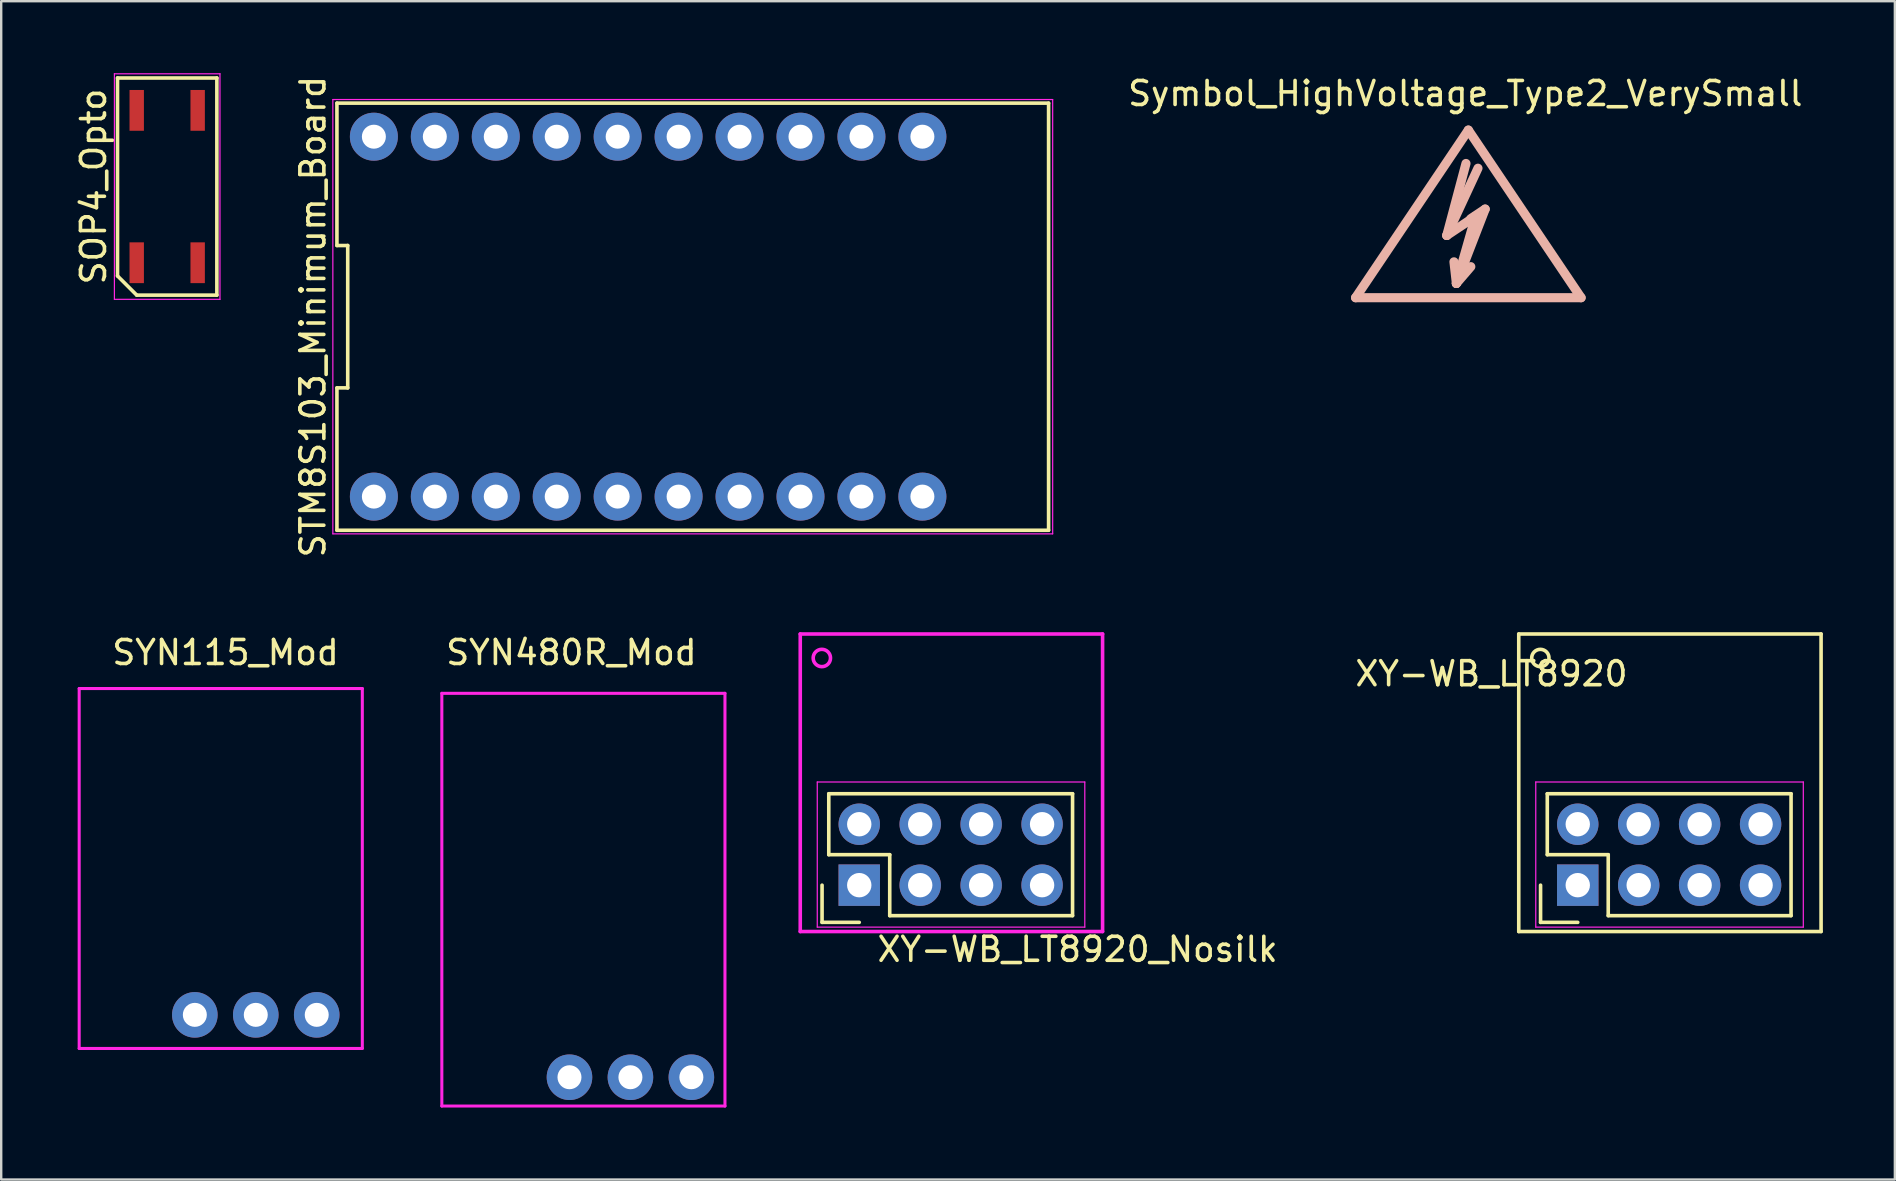
<source format=kicad_pcb>
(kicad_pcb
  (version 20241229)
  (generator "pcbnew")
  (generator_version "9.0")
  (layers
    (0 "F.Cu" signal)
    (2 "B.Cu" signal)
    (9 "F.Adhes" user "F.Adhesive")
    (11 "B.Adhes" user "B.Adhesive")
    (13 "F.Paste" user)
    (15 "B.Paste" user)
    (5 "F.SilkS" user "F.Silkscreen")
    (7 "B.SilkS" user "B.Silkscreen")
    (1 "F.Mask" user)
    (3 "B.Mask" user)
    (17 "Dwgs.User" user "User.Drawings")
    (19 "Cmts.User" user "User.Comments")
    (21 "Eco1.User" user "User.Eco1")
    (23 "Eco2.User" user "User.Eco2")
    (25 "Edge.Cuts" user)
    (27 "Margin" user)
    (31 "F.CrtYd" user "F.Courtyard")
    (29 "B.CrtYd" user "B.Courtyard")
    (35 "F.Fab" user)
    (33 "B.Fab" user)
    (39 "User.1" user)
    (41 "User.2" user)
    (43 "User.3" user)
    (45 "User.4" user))
  (footprint "Symbol_HighVoltage_Type2_VerySmall"
    (layer "F.Cu")
    (at 58.146 6.563)
    (property "Reference" "Symbol_HighVoltage_Type2_VerySmall" (at -0.127 -5.715 0) (layer "F.SilkS") (effects (font (size 1 1) (thickness 0.15))))
    (attr exclude_from_pos_files exclude_from_bom)
    (fp_line (start -4.699 2.794) (end 0 -4.191) (stroke (width 0.381) (type solid)) (layer "B.SilkS"))
    (fp_line (start -0.899 0.201) (end 0.3 -0.599) (stroke (width 0.381) (type solid)) (layer "B.SilkS"))
    (fp_line (start -0.899 0.201) (end 0.401 -2.601) (stroke (width 0.381) (type solid)) (layer "B.SilkS"))
    (fp_line (start -0.498 2.2) (end -0.599 1.3) (stroke (width 0.381) (type solid)) (layer "B.SilkS"))
    (fp_line (start -0.498 2.2) (end 0.102 1.501) (stroke (width 0.381) (type solid)) (layer "B.SilkS"))
    (fp_line (start -0.498 2.2) (end 0.701 -0.899) (stroke (width 0.381) (type solid)) (layer "B.SilkS"))
    (fp_line (start -0.099 -2.799) (end -0.899 0.201) (stroke (width 0.381) (type solid)) (layer "B.SilkS"))
    (fp_line (start 0 -4.191) (end 4.699 2.794) (stroke (width 0.381) (type solid)) (layer "B.SilkS"))
    (fp_line (start 0.3 -0.599) (end -0.498 2.2) (stroke (width 0.381) (type solid)) (layer "B.SilkS"))
    (fp_line (start 0.701 -0.899) (end 0.102 -0.5) (stroke (width 0.381) (type solid)) (layer "B.SilkS"))
    (fp_line (start 4.699 2.794) (end -4.699 2.794) (stroke (width 0.381) (type solid)) (layer "B.SilkS")))
  (footprint "XY-WB_LT8920_Nosilk"
    (layer "F.Cu")
    (at 36.602 33.773)
    (property "Reference" "XY-WB_LT8920_Nosilk" (at 5.258 2.743 0) (layer "F.SilkS") (effects (font (size 1 1) (thickness 0.15))))
    (attr through_hole)
    (fp_line (start -5.391 0.068) (end -5.391 1.618) (stroke (width 0.15) (type solid)) (layer "F.SilkS"))
    (fp_line (start -5.391 1.618) (end -3.841 1.618) (stroke (width 0.15) (type solid)) (layer "F.SilkS"))
    (fp_line (start -5.111 -3.742) (end -5.111 -1.202) (stroke (width 0.15) (type solid)) (layer "F.SilkS"))
    (fp_line (start -5.111 -1.202) (end -2.571 -1.202) (stroke (width 0.15) (type solid)) (layer "F.SilkS"))
    (fp_line (start -2.571 -1.202) (end -2.571 1.338) (stroke (width 0.15) (type solid)) (layer "F.SilkS"))
    (fp_line (start -2.571 1.338) (end 5.049 1.338) (stroke (width 0.15) (type solid)) (layer "F.SilkS"))
    (fp_line (start 5.049 -3.742) (end -5.111 -3.742) (stroke (width 0.15) (type solid)) (layer "F.SilkS"))
    (fp_line (start 5.049 1.338) (end 5.049 -3.742) (stroke (width 0.15) (type solid)) (layer "F.SilkS"))
    (fp_line (start -6.3 -10.4) (end 6.3 -10.4) (stroke (width 0.15) (type solid)) (layer "F.CrtYd"))
    (fp_line (start -6.3 2) (end -6.3 -10.4) (stroke (width 0.15) (type solid)) (layer "F.CrtYd"))
    (fp_line (start -5.591 -4.232) (end 5.559 -4.232) (stroke (width 0.05) (type solid)) (layer "F.CrtYd"))
    (fp_line (start -5.591 1.818) (end -5.591 -4.232) (stroke (width 0.05) (type solid)) (layer "F.CrtYd"))
    (fp_line (start -5.591 1.818) (end 5.559 1.818) (stroke (width 0.05) (type solid)) (layer "F.CrtYd"))
    (fp_line (start 5.559 1.818) (end 5.559 -4.232) (stroke (width 0.05) (type solid)) (layer "F.CrtYd"))
    (fp_line (start 6.3 2) (end -6.3 2) (stroke (width 0.15) (type solid)) (layer "F.CrtYd"))
    (fp_line (start 6.3 2) (end 6.3 -10.4) (stroke (width 0.15) (type solid)) (layer "F.CrtYd"))
    (fp_circle (center -5.4 -9.4) (end -5.039 -9.4) (stroke (width 0.15) (type solid)) (fill no) (layer "F.CrtYd"))
    (pad "1" thru_hole rect (at -3.841 0.068 90) (size 1.727 1.727) (drill 1.016) (layers "*.Cu" "*.Mask"))
    (pad "2" thru_hole oval (at -1.301 0.068 90) (size 1.727 1.727) (drill 1.016) (layers "*.Cu" "*.Mask"))
    (pad "3" thru_hole oval (at 1.239 0.068 90) (size 1.727 1.727) (drill 1.016) (layers "*.Cu" "*.Mask"))
    (pad "4" thru_hole oval (at 3.779 0.068 90) (size 1.727 1.727) (drill 1.016) (layers "*.Cu" "*.Mask"))
    (pad "5" thru_hole oval (at 3.779 -2.472 90) (size 1.727 1.727) (drill 1.016) (layers "*.Cu" "*.Mask"))
    (pad "6" thru_hole oval (at 1.239 -2.472 90) (size 1.727 1.727) (drill 1.016) (layers "*.Cu" "*.Mask"))
    (pad "7" thru_hole oval (at -1.301 -2.472 90) (size 1.727 1.727) (drill 1.016) (layers "*.Cu" "*.Mask"))
    (pad "8" thru_hole oval (at -3.841 -2.472 90) (size 1.727 1.727) (drill 1.016) (layers "*.Cu" "*.Mask")))
  (footprint "SYN480R_Mod"
    (layer "F.Cu")
    (at 15.364 25.846)
    (property "Reference" "SYN480R_Mod" (at 5.4 -1.7 0) (layer "F.SilkS") (effects (font (size 1 1) (thickness 0.15))))
    (attr through_hole)
    (fp_line (start 0 0) (end 0 17.2) (stroke (width 0.127) (type solid)) (layer "F.CrtYd"))
    (fp_line (start 0 0) (end 11.8 0) (stroke (width 0.127) (type solid)) (layer "F.CrtYd"))
    (fp_line (start 0 17.2) (end 11.8 17.2) (stroke (width 0.127) (type solid)) (layer "F.CrtYd"))
    (fp_line (start 11.8 0) (end 11.8 17.2) (stroke (width 0.127) (type solid)) (layer "F.CrtYd"))
    (pad "1" thru_hole circle (at 10.4 16) (size 1.9 1.9) (drill 1) (layers "*.Cu" "*.Mask"))
    (pad "2" thru_hole circle (at 7.86 16) (size 1.9 1.9) (drill 1) (layers "*.Cu" "*.Mask"))
    (pad "3" thru_hole circle (at 5.32 16) (size 1.9 1.9) (drill 1) (layers "*.Cu" "*.Mask")))
  (footprint "SYN115_Mod"
    (layer "F.Cu")
    (at 0.25 25.646)
    (property "Reference" "SYN115_Mod" (at 6.1 -1.5 0) (layer "F.SilkS") (effects (font (size 1 1) (thickness 0.15))))
    (attr through_hole)
    (fp_line (start 0 0) (end 0 15) (stroke (width 0.127) (type solid)) (layer "F.CrtYd"))
    (fp_line (start 0 0) (end 11.8 0) (stroke (width 0.127) (type solid)) (layer "F.CrtYd"))
    (fp_line (start 0 15) (end 11.8 15) (stroke (width 0.127) (type solid)) (layer "F.CrtYd"))
    (fp_line (start 11.8 0) (end 11.8 15) (stroke (width 0.127) (type solid)) (layer "F.CrtYd"))
    (pad "1" thru_hole circle (at 9.9 13.6) (size 1.9 1.9) (drill 1) (layers "*.Cu" "*.Mask"))
    (pad "2" thru_hole circle (at 7.36 13.6) (size 1.9 1.9) (drill 1) (layers "*.Cu" "*.Mask"))
    (pad "3" thru_hole circle (at 4.82 13.6) (size 1.9 1.9) (drill 1) (layers "*.Cu" "*.Mask")))
  (footprint "XY-WB_LT8920"
    (layer "F.Cu")
    (at 66.547 33.773)
    (property "Reference" "XY-WB_LT8920" (at -7.437 -8.743 0) (layer "F.SilkS") (effects (font (size 1 1) (thickness 0.15))))
    (attr through_hole)
    (fp_line (start -6.3 -10.4) (end 6.3 -10.4) (stroke (width 0.15) (type solid)) (layer "F.SilkS"))
    (fp_line (start -6.3 2) (end -6.3 -10.4) (stroke (width 0.15) (type solid)) (layer "F.SilkS"))
    (fp_line (start -5.391 0.068) (end -5.391 1.618) (stroke (width 0.15) (type solid)) (layer "F.SilkS"))
    (fp_line (start -5.391 1.618) (end -3.841 1.618) (stroke (width 0.15) (type solid)) (layer "F.SilkS"))
    (fp_line (start -5.111 -3.742) (end -5.111 -1.202) (stroke (width 0.15) (type solid)) (layer "F.SilkS"))
    (fp_line (start -5.111 -1.202) (end -2.571 -1.202) (stroke (width 0.15) (type solid)) (layer "F.SilkS"))
    (fp_line (start -2.571 -1.202) (end -2.571 1.338) (stroke (width 0.15) (type solid)) (layer "F.SilkS"))
    (fp_line (start -2.571 1.338) (end 5.049 1.338) (stroke (width 0.15) (type solid)) (layer "F.SilkS"))
    (fp_line (start 5.049 -3.742) (end -5.111 -3.742) (stroke (width 0.15) (type solid)) (layer "F.SilkS"))
    (fp_line (start 5.049 1.338) (end 5.049 -3.742) (stroke (width 0.15) (type solid)) (layer "F.SilkS"))
    (fp_line (start 6.3 2) (end -6.3 2) (stroke (width 0.15) (type solid)) (layer "F.SilkS"))
    (fp_line (start 6.3 2) (end 6.3 -10.4) (stroke (width 0.15) (type solid)) (layer "F.SilkS"))
    (fp_circle (center -5.4 -9.4) (end -5.1 -9.2) (stroke (width 0.15) (type solid)) (fill no) (layer "F.SilkS"))
    (fp_line (start -5.591 -4.232) (end 5.559 -4.232) (stroke (width 0.05) (type solid)) (layer "F.CrtYd"))
    (fp_line (start -5.591 1.818) (end -5.591 -4.232) (stroke (width 0.05) (type solid)) (layer "F.CrtYd"))
    (fp_line (start -5.591 1.818) (end 5.559 1.818) (stroke (width 0.05) (type solid)) (layer "F.CrtYd"))
    (fp_line (start 5.559 1.818) (end 5.559 -4.232) (stroke (width 0.05) (type solid)) (layer "F.CrtYd"))
    (pad "1" thru_hole rect (at -3.841 0.068 90) (size 1.727 1.727) (drill 1.016) (layers "*.Cu" "*.Mask"))
    (pad "2" thru_hole oval (at -1.301 0.068 90) (size 1.727 1.727) (drill 1.016) (layers "*.Cu" "*.Mask"))
    (pad "3" thru_hole oval (at 1.239 0.068 90) (size 1.727 1.727) (drill 1.016) (layers "*.Cu" "*.Mask"))
    (pad "4" thru_hole oval (at 3.779 0.068 90) (size 1.727 1.727) (drill 1.016) (layers "*.Cu" "*.Mask"))
    (pad "5" thru_hole oval (at 3.779 -2.472 90) (size 1.727 1.727) (drill 1.016) (layers "*.Cu" "*.Mask"))
    (pad "6" thru_hole oval (at 1.239 -2.472 90) (size 1.727 1.727) (drill 1.016) (layers "*.Cu" "*.Mask"))
    (pad "7" thru_hole oval (at -1.301 -2.472 90) (size 1.727 1.727) (drill 1.016) (layers "*.Cu" "*.Mask"))
    (pad "8" thru_hole oval (at -3.841 -2.472 90) (size 1.727 1.727) (drill 1.016) (layers "*.Cu" "*.Mask")))
  (footprint "STM8S103_Minimum_Board"
    (layer "F.Cu")
    (at 23.822 10.149)
    (property "Reference" "STM8S103_Minimum_Board" (at -13.83 0 90) (layer "F.SilkS") (effects (font (size 1 1) (thickness 0.15))))
    (attr through_hole)
    (fp_line (start -12.83 -8.9) (end -12.83 -2.967) (stroke (width 0.15) (type solid)) (layer "F.SilkS"))
    (fp_line (start -12.83 -2.967) (end -12.38 -2.967) (stroke (width 0.15) (type solid)) (layer "F.SilkS"))
    (fp_line (start -12.83 2.967) (end -12.83 8.9) (stroke (width 0.15) (type solid)) (layer "F.SilkS"))
    (fp_line (start -12.83 8.9) (end 16.83 8.9) (stroke (width 0.15) (type solid)) (layer "F.SilkS"))
    (fp_line (start -12.38 -2.967) (end -12.38 2.967) (stroke (width 0.15) (type solid)) (layer "F.SilkS"))
    (fp_line (start -12.38 2.967) (end -12.83 2.967) (stroke (width 0.15) (type solid)) (layer "F.SilkS"))
    (fp_line (start 16.83 -8.9) (end -12.83 -8.9) (stroke (width 0.15) (type solid)) (layer "F.SilkS"))
    (fp_line (start 16.83 8.9) (end 16.83 -8.9) (stroke (width 0.15) (type solid)) (layer "F.SilkS"))
    (fp_line (start -13 -9.05) (end 17 -9.05) (stroke (width 0.05) (type solid)) (layer "F.CrtYd"))
    (fp_line (start -13 9.05) (end -13 -9.05) (stroke (width 0.05) (type solid)) (layer "F.CrtYd"))
    (fp_line (start 17 -9.05) (end 17 9.05) (stroke (width 0.05) (type solid)) (layer "F.CrtYd"))
    (fp_line (start 17 9.05) (end -13 9.05) (stroke (width 0.05) (type solid)) (layer "F.CrtYd"))
    (pad "1" thru_hole circle (at -11.29 -7.502) (size 2 2) (drill 1) (layers "*.Cu" "*.Mask"))
    (pad "2" thru_hole circle (at -8.75 -7.502) (size 2 2) (drill 1) (layers "*.Cu" "*.Mask"))
    (pad "3" thru_hole circle (at -6.21 -7.502) (size 2 2) (drill 1) (layers "*.Cu" "*.Mask"))
    (pad "4" thru_hole circle (at -3.67 -7.502) (size 2 2) (drill 1) (layers "*.Cu" "*.Mask"))
    (pad "5" thru_hole circle (at -1.13 -7.502) (size 2 2) (drill 1) (layers "*.Cu" "*.Mask"))
    (pad "6" thru_hole circle (at 1.41 -7.502) (size 2 2) (drill 1) (layers "*.Cu" "*.Mask"))
    (pad "7" thru_hole circle (at 3.95 -7.502) (size 2 2) (drill 1) (layers "*.Cu" "*.Mask"))
    (pad "8" thru_hole circle (at 6.49 -7.502) (size 2 2) (drill 1) (layers "*.Cu" "*.Mask"))
    (pad "9" thru_hole circle (at 9.03 -7.502) (size 2 2) (drill 1) (layers "*.Cu" "*.Mask"))
    (pad "10" thru_hole circle (at 11.57 -7.502) (size 2 2) (drill 1) (layers "*.Cu" "*.Mask"))
    (pad "11" thru_hole circle (at 11.57 7.498) (size 2 2) (drill 1) (layers "*.Cu" "*.Mask"))
    (pad "12" thru_hole circle (at 9.03 7.498) (size 2 2) (drill 1) (layers "*.Cu" "*.Mask"))
    (pad "13" thru_hole circle (at 6.49 7.498) (size 2 2) (drill 1) (layers "*.Cu" "*.Mask"))
    (pad "14" thru_hole circle (at 3.95 7.498) (size 2 2) (drill 1) (layers "*.Cu" "*.Mask"))
    (pad "15" thru_hole circle (at 1.41 7.498) (size 2 2) (drill 1) (layers "*.Cu" "*.Mask"))
    (pad "16" thru_hole circle (at -1.13 7.498) (size 2 2) (drill 1) (layers "*.Cu" "*.Mask"))
    (pad "17" thru_hole circle (at -3.67 7.498) (size 2 2) (drill 1) (layers "*.Cu" "*.Mask"))
    (pad "18" thru_hole circle (at -6.21 7.498) (size 2 2) (drill 1) (layers "*.Cu" "*.Mask"))
    (pad "19" thru_hole circle (at -8.75 7.498) (size 2 2) (drill 1) (layers "*.Cu" "*.Mask"))
    (pad "20" thru_hole circle (at -11.29 7.498) (size 2 2) (drill 1) (layers "*.Cu" "*.Mask")))
  (footprint "SOP4_Opto"
    (layer "F.Cu")
    (at 3.918 4.725)
    (property "Reference" "SOP4_Opto" (at -3.07 0 90) (layer "F.SilkS") (effects (font (size 1 1) (thickness 0.15))))
    (attr smd)
    (fp_line (start -2.07 -4.525) (end 2.07 -4.525) (stroke (width 0.15) (type solid)) (layer "F.SilkS"))
    (fp_line (start -2.07 3.725) (end -2.07 -4.525) (stroke (width 0.15) (type solid)) (layer "F.SilkS"))
    (fp_line (start -1.27 4.525) (end -2.07 3.725) (stroke (width 0.15) (type solid)) (layer "F.SilkS"))
    (fp_line (start 2.07 -4.525) (end 2.07 4.525) (stroke (width 0.15) (type solid)) (layer "F.SilkS"))
    (fp_line (start 2.07 4.525) (end -1.27 4.525) (stroke (width 0.15) (type solid)) (layer "F.SilkS"))
    (fp_line (start -2.2 -4.7) (end 2.2 -4.7) (stroke (width 0.05) (type solid)) (layer "F.CrtYd"))
    (fp_line (start -2.2 4.7) (end -2.2 -4.7) (stroke (width 0.05) (type solid)) (layer "F.CrtYd"))
    (fp_line (start 2.2 -4.7) (end 2.2 4.7) (stroke (width 0.05) (type solid)) (layer "F.CrtYd"))
    (fp_line (start 2.2 4.7) (end -2.2 4.7) (stroke (width 0.05) (type solid)) (layer "F.CrtYd"))
    (pad "1" smd rect (at -1.27 3.175) (size 0.6 1.7) (layers "F.Cu" "F.Mask" "F.Paste"))
    (pad "2" smd rect (at 1.27 3.175) (size 0.6 1.7) (layers "F.Cu" "F.Mask" "F.Paste"))
    (pad "3" smd rect (at 1.27 -3.175) (size 0.6 1.7) (layers "F.Cu" "F.Mask" "F.Paste"))
    (pad "4" smd rect (at -1.27 -3.175) (size 0.6 1.7) (layers "F.Cu" "F.Mask" "F.Paste")))
  (gr_rect
    (start -3 -3)
    (end 75.922 46.109)
    (stroke (width 0.1) (type default))
    (fill no)
    (layer "Edge.Cuts")))
</source>
